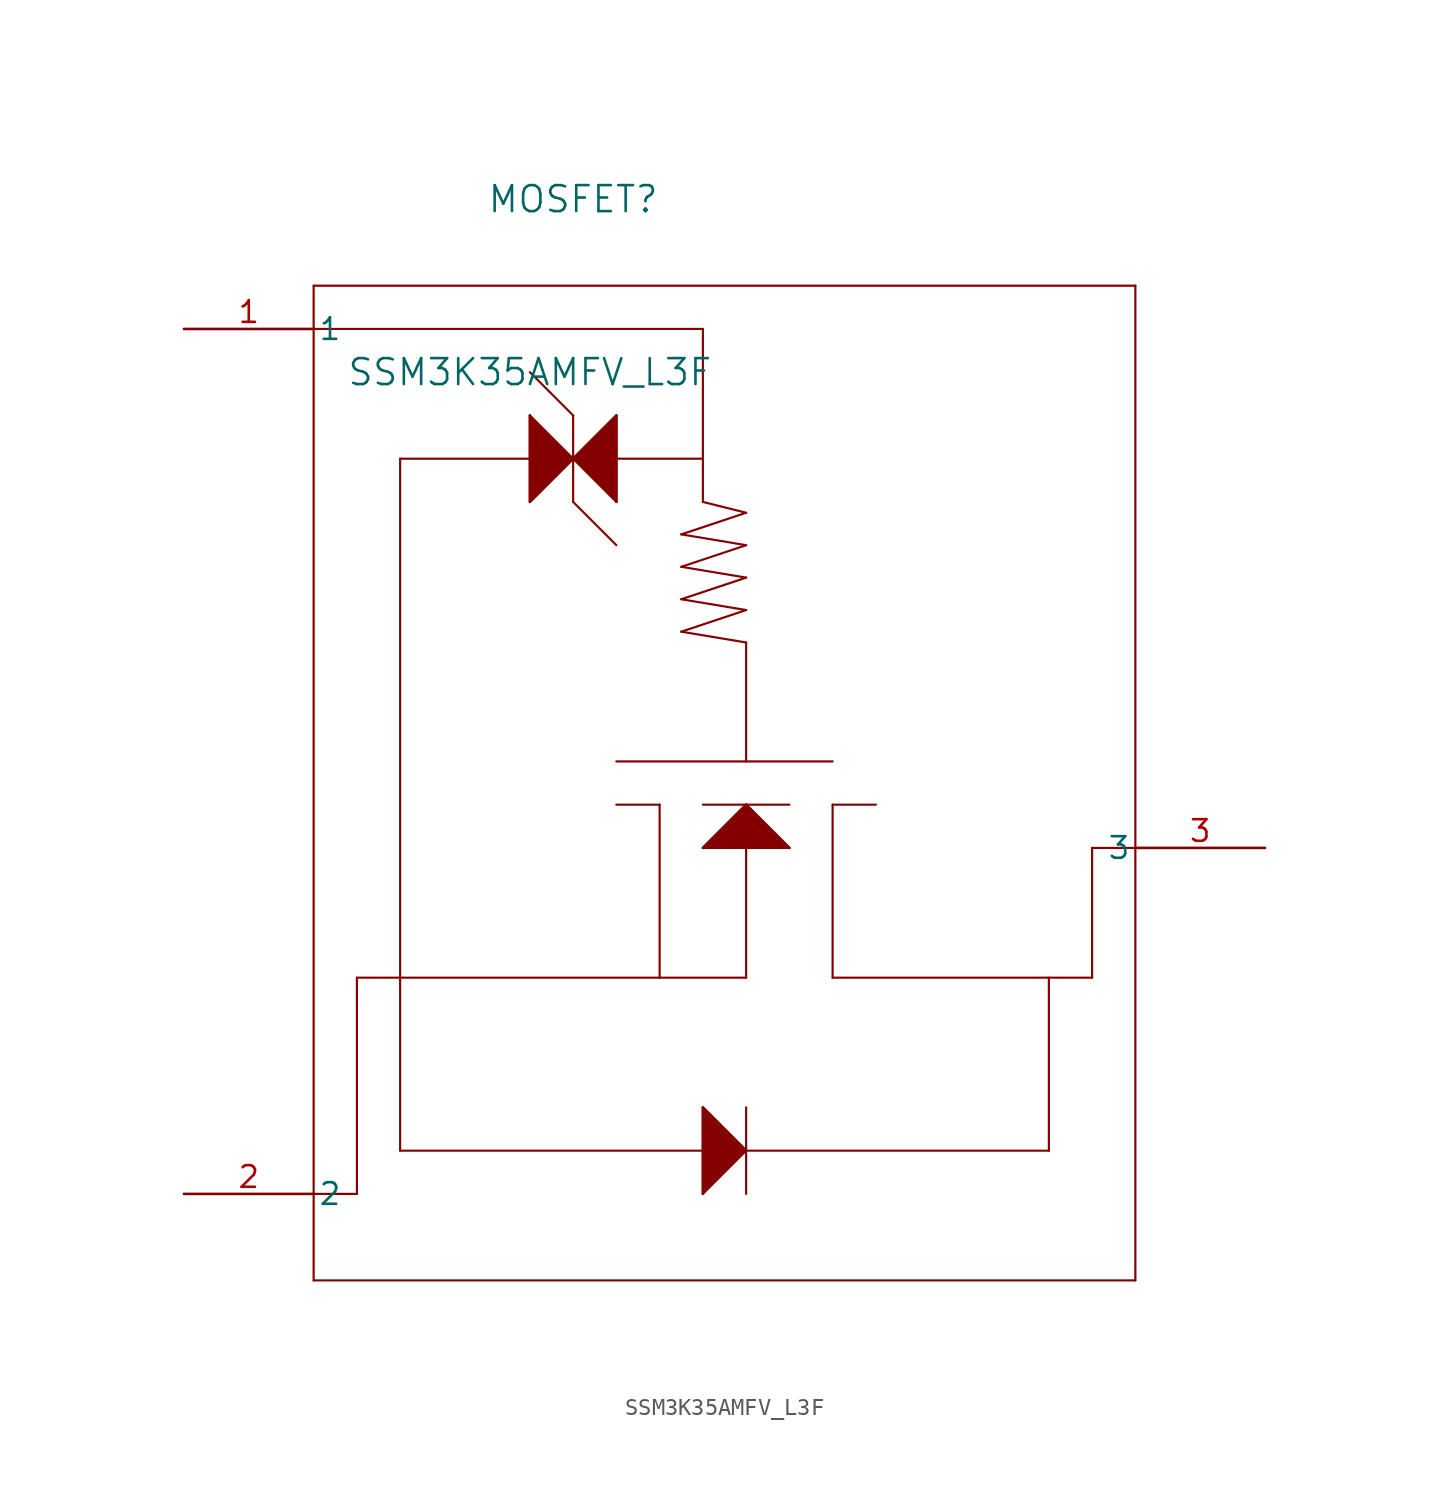
<source format=kicad_sym>
(kicad_symbol_lib
  (version 20211014)
  (generator kicad_symbol_editor)
  (symbol "SSM3K35AMFV_L3F"
    (pin_names
      (offset 0.254))
    (property "Reference" "MOSFET"
      (at 22.86 7.62 0)
      (effects (font (size 1.524 1.524))))
    (property "Value" "SSM3K35AMFV_L3F"
      (at 20.32 -2.54 0)
      (effects (font (size 1.524 1.524))))
    (symbol "SSM3K35AMFV_L3F_0_1"
      (polyline (pts (xy 7.62 2.54) (xy 7.62 -55.88)) (stroke (width 0.127) (type default) (color 0 0 0 0)) (fill (type none)))
      (polyline (pts (xy 7.62 -55.88) (xy 55.88 -55.88)) (stroke (width 0.127) (type default) (color 0 0 0 0)) (fill (type none)))
      (polyline (pts (xy 55.88 -55.88) (xy 55.88 2.54)) (stroke (width 0.127) (type default) (color 0 0 0 0)) (fill (type none)))
      (polyline (pts (xy 55.88 2.54) (xy 7.62 2.54)) (stroke (width 0.127) (type default) (color 0 0 0 0)) (fill (type none)))
      (polyline (pts (xy 7.62 0) (xy 30.48 0)) (stroke (width 0.127) (type default) (color 0 0 0 0)) (fill (type none)))
      (polyline (pts (xy 12.7 -7.62) (xy 30.48 -7.62)) (stroke (width 0.127) (type default) (color 0 0 0 0)) (fill (type none)))
      (polyline (pts (xy 25.4 -25.4) (xy 38.1 -25.4)) (stroke (width 0.127) (type default) (color 0 0 0 0)) (fill (type none)))
      (polyline (pts (xy 25.4 -5.08) (xy 25.4 -10.16)) (stroke (width 0.127) (type default) (color 0 0 0 0)) (fill (type none)))
      (polyline (pts (xy 25.4 -10.16) (xy 22.86 -7.62)) (stroke (width 0.127) (type default) (color 0 0 0 0)) (fill (type none)))
      (polyline (pts (xy 25.4 -5.08) (xy 22.86 -7.62)) (stroke (width 0.127) (type default) (color 0 0 0 0)) (fill (type none)))
      (polyline (pts (xy 22.86 -7.62) (xy 20.32 -5.08)) (stroke (width 0.127) (type default) (color 0 0 0 0)) (fill (type none)))
      (polyline (pts (xy 33.02 -27.94) (xy 33.02 -38.1)) (stroke (width 0.127) (type default) (color 0 0 0 0)) (fill (type none)))
      (polyline (pts (xy 30.48 -30.48) (xy 35.56 -30.48)) (stroke (width 0.127) (type default) (color 0 0 0 0)) (fill (type none)))
      (polyline (pts (xy 30.48 -30.48) (xy 33.02 -27.94)) (stroke (width 0.127) (type default) (color 0 0 0 0)) (fill (type none)))
      (polyline (pts (xy 33.02 -27.94) (xy 35.56 -30.48)) (stroke (width 0.127) (type default) (color 0 0 0 0)) (fill (type none)))
      (polyline (pts (xy 12.7 -48.26) (xy 50.8 -48.26)) (stroke (width 0.127) (type default) (color 0 0 0 0)) (fill (type none)))
      (polyline (pts (xy 30.48 -45.72) (xy 30.48 -50.8)) (stroke (width 0.127) (type default) (color 0 0 0 0)) (fill (type none)))
      (polyline (pts (xy 30.48 -50.8) (xy 33.02 -48.26)) (stroke (width 0.127) (type default) (color 0 0 0 0)) (fill (type none)))
      (polyline (pts (xy 12.7 -7.62) (xy 12.7 -48.26)) (stroke (width 0.127) (type default) (color 0 0 0 0)) (fill (type none)))
      (polyline (pts (xy 12.7 -38.1) (xy 10.16 -38.1)) (stroke (width 0.127) (type default) (color 0 0 0 0)) (fill (type none)))
      (polyline (pts (xy 10.16 -38.1) (xy 10.16 -50.8)) (stroke (width 0.127) (type default) (color 0 0 0 0)) (fill (type none)))
      (polyline (pts (xy 10.16 -50.8) (xy 7.62 -50.8)) (stroke (width 0.127) (type default) (color 0 0 0 0)) (fill (type none)))
      (polyline (pts (xy 30.48 -45.72) (xy 33.02 -48.26)) (stroke (width 0.127) (type default) (color 0 0 0 0)) (fill (type none)))
      (polyline (pts (xy 33.02 -45.72) (xy 33.02 -50.8)) (stroke (width 0.127) (type default) (color 0 0 0 0)) (fill (type none)))
      (polyline (pts (xy 30.48 -50.8) (xy 30.48 -45.72) (xy 33.02 -48.26)) (stroke (width 0) (type default) (color 0 0 0 0)) (fill (type outline)))
      (polyline (pts (xy 30.48 -30.48) (xy 33.02 -27.94) (xy 35.56 -30.48)) (stroke (width 0) (type default) (color 0 0 0 0)) (fill (type outline)))
      (polyline (pts (xy 20.32 -5.08) (xy 20.32 -10.16)) (stroke (width 0.127) (type default) (color 0 0 0 0)) (fill (type none)))
      (polyline (pts (xy 20.32 -10.16) (xy 22.86 -7.62)) (stroke (width 0.127) (type default) (color 0 0 0 0)) (fill (type none)))
      (polyline (pts (xy 38.1 -38.1) (xy 38.1 -27.94)) (stroke (width 0.127) (type default) (color 0 0 0 0)) (fill (type none)))
      (polyline (pts (xy 38.1 -38.1) (xy 53.34 -38.1)) (stroke (width 0.127) (type default) (color 0 0 0 0)) (fill (type none)))
      (polyline (pts (xy 53.34 -30.48) (xy 55.88 -30.48)) (stroke (width 0.127) (type default) (color 0 0 0 0)) (fill (type none)))
      (polyline (pts (xy 53.34 -38.1) (xy 53.34 -30.48)) (stroke (width 0.127) (type default) (color 0 0 0 0)) (fill (type none)))
      (polyline (pts (xy 50.8 -48.26) (xy 50.8 -38.1)) (stroke (width 0.127) (type default) (color 0 0 0 0)) (fill (type none)))
      (polyline (pts (xy 22.86 -10.16) (xy 22.86 -5.08)) (stroke (width 0.127) (type default) (color 0 0 0 0)) (fill (type none)))
      (polyline (pts (xy 38.1 -27.94) (xy 40.64 -27.94)) (stroke (width 0.127) (type default) (color 0 0 0 0)) (fill (type none)))
      (polyline (pts (xy 22.86 -5.08) (xy 20.32 -2.54)) (stroke (width 0.127) (type default) (color 0 0 0 0)) (fill (type none)))
      (polyline (pts (xy 22.86 -10.16) (xy 25.4 -12.7)) (stroke (width 0.127) (type default) (color 0 0 0 0)) (fill (type none)))
      (polyline (pts (xy 20.32 -5.08) (xy 20.32 -10.16) (xy 22.86 -7.62)) (stroke (width 0) (type default) (color 0 0 0 0)) (fill (type outline)))
      (polyline (pts (xy 22.86 -7.62) (xy 25.4 -5.08) (xy 25.4 -10.16)) (stroke (width 0) (type default) (color 0 0 0 0)) (fill (type outline)))
      (polyline (pts (xy 33.02 -38.1) (xy 12.7 -38.1)) (stroke (width 0.127) (type default) (color 0 0 0 0)) (fill (type none)))
      (polyline (pts (xy 25.4 -27.94) (xy 27.94 -27.94)) (stroke (width 0.127) (type default) (color 0 0 0 0)) (fill (type none)))
      (polyline (pts (xy 27.94 -27.94) (xy 27.94 -38.1)) (stroke (width 0.127) (type default) (color 0 0 0 0)) (fill (type none)))
      (polyline (pts (xy 30.48 -27.94) (xy 35.56 -27.94)) (stroke (width 0.127) (type default) (color 0 0 0 0)) (fill (type none)))
      (polyline (pts (xy 30.48 0) (xy 30.48 -10.16)) (stroke (width 0.127) (type default) (color 0 0 0 0)) (fill (type none)))
      (polyline (pts (xy 30.48 -10.16) (xy 33.02 -10.795)) (stroke (width 0.127) (type default) (color 0 0 0 0)) (fill (type none)))
      (polyline (pts (xy 33.02 -10.795) (xy 29.21 -12.065)) (stroke (width 0.127) (type default) (color 0 0 0 0)) (fill (type none)))
      (polyline (pts (xy 29.21 -12.065) (xy 33.02 -12.7)) (stroke (width 0.127) (type default) (color 0 0 0 0)) (fill (type none)))
      (polyline (pts (xy 33.02 -12.7) (xy 29.21 -13.97)) (stroke (width 0.127) (type default) (color 0 0 0 0)) (fill (type none)))
      (polyline (pts (xy 29.21 -13.97) (xy 33.02 -14.605)) (stroke (width 0.127) (type default) (color 0 0 0 0)) (fill (type none)))
      (polyline (pts (xy 33.02 -14.605) (xy 29.21 -15.875)) (stroke (width 0.127) (type default) (color 0 0 0 0)) (fill (type none)))
      (polyline (pts (xy 29.21 -15.875) (xy 33.02 -16.51)) (stroke (width 0.127) (type default) (color 0 0 0 0)) (fill (type none)))
      (polyline (pts (xy 33.02 -16.51) (xy 29.21 -17.78)) (stroke (width 0.127) (type default) (color 0 0 0 0)) (fill (type none)))
      (polyline (pts (xy 29.21 -17.78) (xy 33.02 -18.415)) (stroke (width 0.127) (type default) (color 0 0 0 0)) (fill (type none)))
      (polyline (pts (xy 33.02 -18.415) (xy 33.02 -25.4)) (stroke (width 0.127) (type default) (color 0 0 0 0)) (fill (type none)))
      (pin unspecified line (at 0 0 0) (length 7.62) (name "1" (effects (font (size 1.27 1.27)))) (number "1" (effects (font (size 1.27 1.27)))))
      (pin unspecified line (at 0 -50.8 0) (length 7.62) (name "2" (effects (font (size 1.27 1.27)))) (number "2" (effects (font (size 1.27 1.27)))))
      (pin unspecified line (at 63.5 -30.48 180) (length 7.62) (name "3" (effects (font (size 1.27 1.27)))) (number "3" (effects (font (size 1.27 1.27))))))))
</source>
